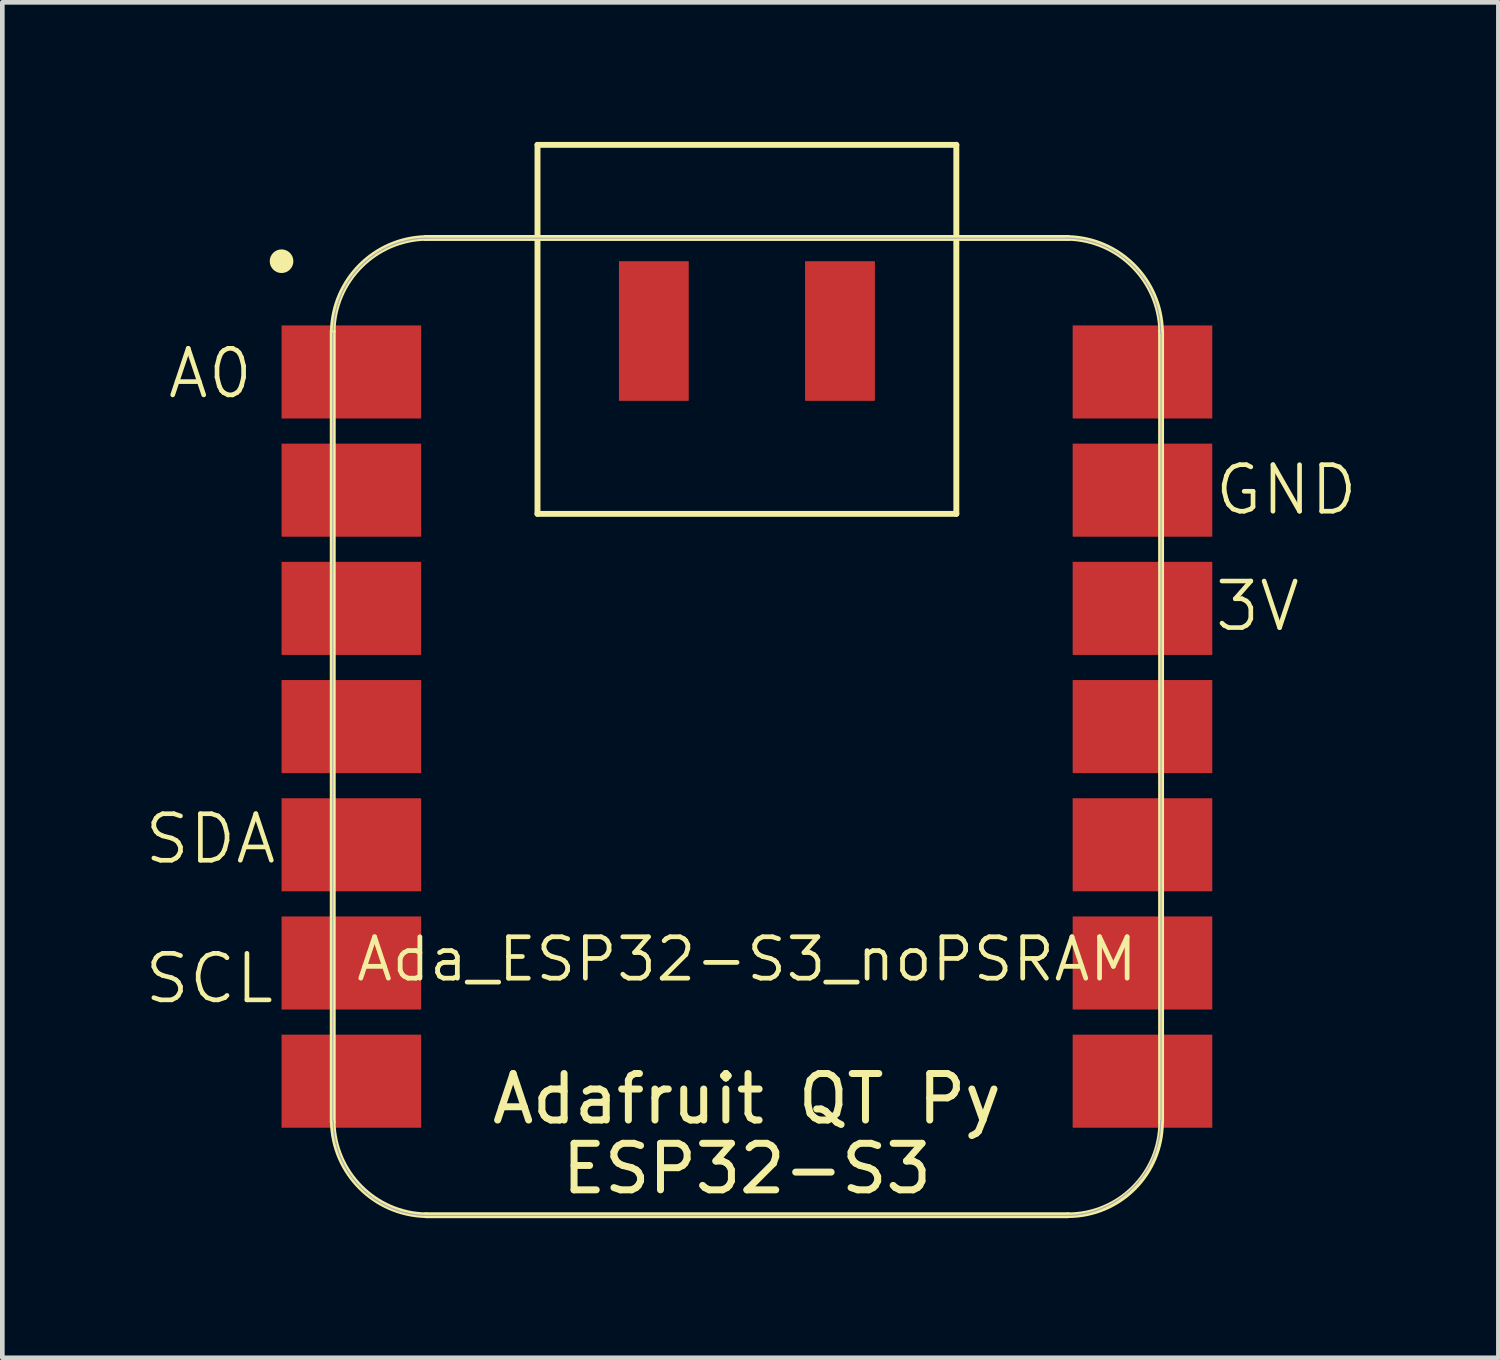
<source format=kicad_pcb>
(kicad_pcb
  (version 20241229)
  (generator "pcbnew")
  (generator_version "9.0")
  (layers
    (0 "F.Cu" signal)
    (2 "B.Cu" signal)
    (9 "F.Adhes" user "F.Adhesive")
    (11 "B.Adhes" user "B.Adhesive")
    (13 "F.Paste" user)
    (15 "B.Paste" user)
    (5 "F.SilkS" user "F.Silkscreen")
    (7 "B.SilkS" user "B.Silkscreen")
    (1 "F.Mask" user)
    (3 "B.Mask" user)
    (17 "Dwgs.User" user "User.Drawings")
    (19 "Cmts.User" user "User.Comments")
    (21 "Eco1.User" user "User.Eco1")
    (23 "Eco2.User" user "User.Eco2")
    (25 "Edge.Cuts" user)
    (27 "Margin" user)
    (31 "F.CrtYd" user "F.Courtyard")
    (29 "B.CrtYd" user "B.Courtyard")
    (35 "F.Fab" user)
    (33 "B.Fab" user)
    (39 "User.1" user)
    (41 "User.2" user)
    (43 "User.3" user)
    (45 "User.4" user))
  (footprint "Ada_ESP32-S3_noPSRAM"
    (layer "F.Cu")
    (at 13 12.563)
    (property "Reference" "Ada_ESP32-S3_noPSRAM" (at 0 5 0) (layer "F.SilkS") (effects (font (size 0.889 0.889) (thickness 0.102))))
    (attr smd)
    (fp_line (start -8.9 -8.5) (end -8.9 8.5) (stroke (width 0.127) (type solid)) (layer "F.SilkS"))
    (fp_line (start -6.9 10.5) (end 6.9 10.5) (stroke (width 0.127) (type solid)) (layer "F.SilkS"))
    (fp_line (start -4.5 -12.5) (end 4.5 -12.5) (stroke (width 0.127) (type solid)) (layer "F.SilkS"))
    (fp_line (start -4.5 -4.571) (end -4.5 -12.5) (stroke (width 0.127) (type solid)) (layer "F.SilkS"))
    (fp_line (start 4.5 -12.5) (end 4.5 -4.571) (stroke (width 0.127) (type solid)) (layer "F.SilkS"))
    (fp_line (start 4.5 -4.571) (end -4.5 -4.571) (stroke (width 0.127) (type solid)) (layer "F.SilkS"))
    (fp_line (start 6.9 -10.499) (end -6.9 -10.499) (stroke (width 0.127) (type solid)) (layer "F.SilkS"))
    (fp_line (start 8.9 8.5) (end 8.9 -8.5) (stroke (width 0.127) (type solid)) (layer "F.SilkS"))
    (fp_arc (start -8.9 -8.5) (mid -8.301491 -9.901491) (end -6.9 -10.5) (stroke (width 0.12) (type solid)) (layer "F.SilkS"))
    (fp_arc (start -6.9 10.5) (mid -8.301423 9.901423) (end -8.9 8.5) (stroke (width 0.12) (type solid)) (layer "F.SilkS"))
    (fp_arc (start 6.9 -10.5) (mid 8.301494 -9.901494) (end 8.9 -8.5) (stroke (width 0.12) (type solid)) (layer "F.SilkS"))
    (fp_arc (start 8.9 8.5) (mid 8.314214 9.914214) (end 6.9 10.5) (stroke (width 0.12) (type solid)) (layer "F.SilkS"))
    (fp_circle (center -10 -10) (end -10 -10.254) (stroke (width 0) (type solid)) (fill yes) (layer "F.SilkS"))
    (fp_poly (pts (xy -8.888 -8.562) (xy -8.885 -8.61) (xy -8.881 -8.659)) (stroke (width 0.025) (type solid)) (fill no) (layer "F.SilkS"))
    (fp_poly (pts (xy 8.889 8.522) (xy 8.888 8.571) (xy 8.885 8.62) (xy 8.881 8.669) (xy 8.875 8.717) (xy 8.869 8.766) (xy 8.861 8.815) (xy 8.852 8.863) (xy 8.842 8.911)) (stroke (width 0.025) (type solid)) (fill no) (layer "F.SilkS"))
    (fp_line (start -8.9 -8.463) (end -8.9 8.473) (stroke (width 0.025) (type solid)) (layer "F.Fab"))
    (fp_line (start -8.89 8.473) (end -8.889 8.522) (stroke (width 0.025) (type solid)) (layer "F.Fab"))
    (fp_line (start -8.889 8.522) (end -8.888 8.571) (stroke (width 0.025) (type solid)) (layer "F.Fab"))
    (fp_line (start -8.888 -8.562) (end -8.889 -8.512) (stroke (width 0.025) (type solid)) (layer "F.Fab"))
    (fp_line (start -8.888 8.571) (end -8.885 8.62) (stroke (width 0.025) (type solid)) (layer "F.Fab"))
    (fp_line (start -8.885 -8.61) (end -8.888 -8.562) (stroke (width 0.025) (type solid)) (layer "F.Fab"))
    (fp_line (start -8.885 8.62) (end -8.881 8.669) (stroke (width 0.025) (type solid)) (layer "F.Fab"))
    (fp_line (start -8.881 -8.659) (end -8.885 -8.61) (stroke (width 0.025) (type solid)) (layer "F.Fab"))
    (fp_line (start -8.881 8.669) (end -8.875 8.717) (stroke (width 0.025) (type solid)) (layer "F.Fab"))
    (fp_line (start -8.875 -8.708) (end -8.881 -8.659) (stroke (width 0.025) (type solid)) (layer "F.Fab"))
    (fp_line (start -8.875 8.717) (end -8.869 8.766) (stroke (width 0.025) (type solid)) (layer "F.Fab"))
    (fp_line (start -8.869 -8.757) (end -8.875 -8.708) (stroke (width 0.025) (type solid)) (layer "F.Fab"))
    (fp_line (start -8.869 8.766) (end -8.861 8.815) (stroke (width 0.025) (type solid)) (layer "F.Fab"))
    (fp_line (start -8.861 -8.806) (end -8.869 -8.757) (stroke (width 0.025) (type solid)) (layer "F.Fab"))
    (fp_line (start -8.861 8.815) (end -8.852 8.863) (stroke (width 0.025) (type solid)) (layer "F.Fab"))
    (fp_line (start -8.852 -8.854) (end -8.861 -8.806) (stroke (width 0.025) (type solid)) (layer "F.Fab"))
    (fp_line (start -8.852 8.863) (end -8.842 8.911) (stroke (width 0.025) (type solid)) (layer "F.Fab"))
    (fp_line (start -8.842 -8.902) (end -8.852 -8.854) (stroke (width 0.025) (type solid)) (layer "F.Fab"))
    (fp_line (start -8.842 8.911) (end -8.831 8.959) (stroke (width 0.025) (type solid)) (layer "F.Fab"))
    (fp_line (start -8.831 -8.95) (end -8.842 -8.902) (stroke (width 0.025) (type solid)) (layer "F.Fab"))
    (fp_line (start -8.831 8.959) (end -8.819 9.006) (stroke (width 0.025) (type solid)) (layer "F.Fab"))
    (fp_line (start -8.819 -8.997) (end -8.831 -8.95) (stroke (width 0.025) (type solid)) (layer "F.Fab"))
    (fp_line (start -8.819 9.006) (end -8.805 9.054) (stroke (width 0.025) (type solid)) (layer "F.Fab"))
    (fp_line (start -8.805 -9.045) (end -8.819 -8.997) (stroke (width 0.025) (type solid)) (layer "F.Fab"))
    (fp_line (start -8.805 9.054) (end -8.79 9.1) (stroke (width 0.025) (type solid)) (layer "F.Fab"))
    (fp_line (start -8.79 -9.091) (end -8.805 -9.045) (stroke (width 0.025) (type solid)) (layer "F.Fab"))
    (fp_line (start -8.79 9.1) (end -8.775 9.147) (stroke (width 0.025) (type solid)) (layer "F.Fab"))
    (fp_line (start -8.775 -9.138) (end -8.79 -9.091) (stroke (width 0.025) (type solid)) (layer "F.Fab"))
    (fp_line (start -8.775 9.147) (end -8.758 9.193) (stroke (width 0.025) (type solid)) (layer "F.Fab"))
    (fp_line (start -8.758 -9.184) (end -8.775 -9.138) (stroke (width 0.025) (type solid)) (layer "F.Fab"))
    (fp_line (start -8.758 9.193) (end -8.74 9.239) (stroke (width 0.025) (type solid)) (layer "F.Fab"))
    (fp_line (start -8.74 -9.23) (end -8.758 -9.184) (stroke (width 0.025) (type solid)) (layer "F.Fab"))
    (fp_line (start -8.74 9.239) (end -8.721 9.284) (stroke (width 0.025) (type solid)) (layer "F.Fab"))
    (fp_line (start -8.721 -9.275) (end -8.74 -9.23) (stroke (width 0.025) (type solid)) (layer "F.Fab"))
    (fp_line (start -8.721 9.284) (end -8.701 9.329) (stroke (width 0.025) (type solid)) (layer "F.Fab"))
    (fp_line (start -8.701 -9.32) (end -8.721 -9.275) (stroke (width 0.025) (type solid)) (layer "F.Fab"))
    (fp_line (start -8.701 9.329) (end -8.679 9.373) (stroke (width 0.025) (type solid)) (layer "F.Fab"))
    (fp_line (start -8.679 -9.364) (end -8.701 -9.32) (stroke (width 0.025) (type solid)) (layer "F.Fab"))
    (fp_line (start -8.679 9.373) (end -8.657 9.417) (stroke (width 0.025) (type solid)) (layer "F.Fab"))
    (fp_line (start -8.657 -9.408) (end -8.679 -9.364) (stroke (width 0.025) (type solid)) (layer "F.Fab"))
    (fp_line (start -8.657 9.417) (end -8.634 9.46) (stroke (width 0.025) (type solid)) (layer "F.Fab"))
    (fp_line (start -8.634 -9.451) (end -8.657 -9.408) (stroke (width 0.025) (type solid)) (layer "F.Fab"))
    (fp_line (start -8.634 9.46) (end -8.61 9.503) (stroke (width 0.025) (type solid)) (layer "F.Fab"))
    (fp_line (start -8.61 -9.494) (end -8.634 -9.451) (stroke (width 0.025) (type solid)) (layer "F.Fab"))
    (fp_line (start -8.61 9.503) (end -8.584 9.545) (stroke (width 0.025) (type solid)) (layer "F.Fab"))
    (fp_line (start -8.584 -9.536) (end -8.61 -9.494) (stroke (width 0.025) (type solid)) (layer "F.Fab"))
    (fp_line (start -8.584 9.545) (end -8.558 9.586) (stroke (width 0.025) (type solid)) (layer "F.Fab"))
    (fp_line (start -8.558 -9.577) (end -8.584 -9.536) (stroke (width 0.025) (type solid)) (layer "F.Fab"))
    (fp_line (start -8.558 9.586) (end -8.53 9.627) (stroke (width 0.025) (type solid)) (layer "F.Fab"))
    (fp_line (start -8.53 -9.618) (end -8.558 -9.577) (stroke (width 0.025) (type solid)) (layer "F.Fab"))
    (fp_line (start -8.53 9.627) (end -8.502 9.667) (stroke (width 0.025) (type solid)) (layer "F.Fab"))
    (fp_line (start -8.502 -9.658) (end -8.53 -9.618) (stroke (width 0.025) (type solid)) (layer "F.Fab"))
    (fp_line (start -8.502 9.667) (end -8.473 9.706) (stroke (width 0.025) (type solid)) (layer "F.Fab"))
    (fp_line (start -8.473 -9.697) (end -8.502 -9.658) (stroke (width 0.025) (type solid)) (layer "F.Fab"))
    (fp_line (start -8.473 9.706) (end -8.442 9.745) (stroke (width 0.025) (type solid)) (layer "F.Fab"))
    (fp_line (start -8.442 -9.736) (end -8.473 -9.697) (stroke (width 0.025) (type solid)) (layer "F.Fab"))
    (fp_line (start -8.442 9.745) (end -8.411 9.783) (stroke (width 0.025) (type solid)) (layer "F.Fab"))
    (fp_line (start -8.411 -9.774) (end -8.442 -9.736) (stroke (width 0.025) (type solid)) (layer "F.Fab"))
    (fp_line (start -8.411 9.783) (end -8.379 9.82) (stroke (width 0.025) (type solid)) (layer "F.Fab"))
    (fp_line (start -8.379 -9.811) (end -8.411 -9.774) (stroke (width 0.025) (type solid)) (layer "F.Fab"))
    (fp_line (start -8.379 9.82) (end -8.346 9.856) (stroke (width 0.025) (type solid)) (layer "F.Fab"))
    (fp_line (start -8.346 -9.847) (end -8.379 -9.811) (stroke (width 0.025) (type solid)) (layer "F.Fab"))
    (fp_line (start -8.346 9.856) (end -8.312 9.892) (stroke (width 0.025) (type solid)) (layer "F.Fab"))
    (fp_line (start -8.312 -9.883) (end -8.346 -9.847) (stroke (width 0.025) (type solid)) (layer "F.Fab"))
    (fp_line (start -8.312 9.892) (end -8.277 9.927) (stroke (width 0.025) (type solid)) (layer "F.Fab"))
    (fp_line (start -8.277 -9.918) (end -8.312 -9.883) (stroke (width 0.025) (type solid)) (layer "F.Fab"))
    (fp_line (start -8.277 9.927) (end -8.242 9.96) (stroke (width 0.025) (type solid)) (layer "F.Fab"))
    (fp_line (start -8.242 -9.951) (end -8.277 -9.918) (stroke (width 0.025) (type solid)) (layer "F.Fab"))
    (fp_line (start -8.242 9.96) (end -8.205 9.994) (stroke (width 0.025) (type solid)) (layer "F.Fab"))
    (fp_line (start -8.205 -9.984) (end -8.242 -9.951) (stroke (width 0.025) (type solid)) (layer "F.Fab"))
    (fp_line (start -8.205 9.994) (end -8.168 10.026) (stroke (width 0.025) (type solid)) (layer "F.Fab"))
    (fp_line (start -8.168 -10.017) (end -8.205 -9.984) (stroke (width 0.025) (type solid)) (layer "F.Fab"))
    (fp_line (start -8.168 10.026) (end -8.13 10.057) (stroke (width 0.025) (type solid)) (layer "F.Fab"))
    (fp_line (start -8.13 -10.048) (end -8.168 -10.017) (stroke (width 0.025) (type solid)) (layer "F.Fab"))
    (fp_line (start -8.13 10.057) (end -8.092 10.087) (stroke (width 0.025) (type solid)) (layer "F.Fab"))
    (fp_line (start -8.092 -10.078) (end -8.13 -10.048) (stroke (width 0.025) (type solid)) (layer "F.Fab"))
    (fp_line (start -8.092 10.087) (end -8.052 10.116) (stroke (width 0.025) (type solid)) (layer "F.Fab"))
    (fp_line (start -8.052 -10.107) (end -8.092 -10.078) (stroke (width 0.025) (type solid)) (layer "F.Fab"))
    (fp_line (start -8.052 10.116) (end -8.012 10.145) (stroke (width 0.025) (type solid)) (layer "F.Fab"))
    (fp_line (start -8.012 -10.136) (end -8.052 -10.107) (stroke (width 0.025) (type solid)) (layer "F.Fab"))
    (fp_line (start -8.012 10.145) (end -7.972 10.172) (stroke (width 0.025) (type solid)) (layer "F.Fab"))
    (fp_line (start -7.972 -10.163) (end -8.012 -10.136) (stroke (width 0.025) (type solid)) (layer "F.Fab"))
    (fp_line (start -7.972 10.172) (end -7.93 10.199) (stroke (width 0.025) (type solid)) (layer "F.Fab"))
    (fp_line (start -7.93 -10.19) (end -7.972 -10.163) (stroke (width 0.025) (type solid)) (layer "F.Fab"))
    (fp_line (start -7.93 10.199) (end -7.888 10.224) (stroke (width 0.025) (type solid)) (layer "F.Fab"))
    (fp_line (start -7.888 -10.215) (end -7.93 -10.19) (stroke (width 0.025) (type solid)) (layer "F.Fab"))
    (fp_line (start -7.888 10.224) (end -7.846 10.249) (stroke (width 0.025) (type solid)) (layer "F.Fab"))
    (fp_line (start -7.846 -10.239) (end -7.888 -10.215) (stroke (width 0.025) (type solid)) (layer "F.Fab"))
    (fp_line (start -7.846 10.249) (end -7.802 10.272) (stroke (width 0.025) (type solid)) (layer "F.Fab"))
    (fp_line (start -7.802 -10.263) (end -7.846 -10.239) (stroke (width 0.025) (type solid)) (layer "F.Fab"))
    (fp_line (start -7.802 10.272) (end -7.759 10.294) (stroke (width 0.025) (type solid)) (layer "F.Fab"))
    (fp_line (start -7.759 -10.285) (end -7.802 -10.263) (stroke (width 0.025) (type solid)) (layer "F.Fab"))
    (fp_line (start -7.759 10.294) (end -7.714 10.315) (stroke (width 0.025) (type solid)) (layer "F.Fab"))
    (fp_line (start -7.714 -10.306) (end -7.759 -10.285) (stroke (width 0.025) (type solid)) (layer "F.Fab"))
    (fp_line (start -7.714 10.315) (end -7.67 10.335) (stroke (width 0.025) (type solid)) (layer "F.Fab"))
    (fp_line (start -7.67 -10.326) (end -7.714 -10.306) (stroke (width 0.025) (type solid)) (layer "F.Fab"))
    (fp_line (start -7.67 10.335) (end -7.624 10.354) (stroke (width 0.025) (type solid)) (layer "F.Fab"))
    (fp_line (start -7.624 -10.345) (end -7.67 -10.326) (stroke (width 0.025) (type solid)) (layer "F.Fab"))
    (fp_line (start -7.624 10.354) (end -7.579 10.372) (stroke (width 0.025) (type solid)) (layer "F.Fab"))
    (fp_line (start -7.579 -10.363) (end -7.624 -10.345) (stroke (width 0.025) (type solid)) (layer "F.Fab"))
    (fp_line (start -7.579 10.372) (end -7.532 10.389) (stroke (width 0.025) (type solid)) (layer "F.Fab"))
    (fp_line (start -7.532 -10.38) (end -7.579 -10.363) (stroke (width 0.025) (type solid)) (layer "F.Fab"))
    (fp_line (start -7.532 10.389) (end -7.486 10.405) (stroke (width 0.025) (type solid)) (layer "F.Fab"))
    (fp_line (start -7.486 -10.396) (end -7.532 -10.38) (stroke (width 0.025) (type solid)) (layer "F.Fab"))
    (fp_line (start -7.486 10.405) (end -7.439 10.42) (stroke (width 0.025) (type solid)) (layer "F.Fab"))
    (fp_line (start -7.439 -10.411) (end -7.486 -10.396) (stroke (width 0.025) (type solid)) (layer "F.Fab"))
    (fp_line (start -7.439 10.42) (end -7.392 10.433) (stroke (width 0.025) (type solid)) (layer "F.Fab"))
    (fp_line (start -7.392 -10.424) (end -7.439 -10.411) (stroke (width 0.025) (type solid)) (layer "F.Fab"))
    (fp_line (start -7.392 10.433) (end -7.344 10.446) (stroke (width 0.025) (type solid)) (layer "F.Fab"))
    (fp_line (start -7.344 -10.436) (end -7.392 -10.424) (stroke (width 0.025) (type solid)) (layer "F.Fab"))
    (fp_line (start -7.344 10.446) (end -7.296 10.457) (stroke (width 0.025) (type solid)) (layer "F.Fab"))
    (fp_line (start -7.296 -10.448) (end -7.344 -10.436) (stroke (width 0.025) (type solid)) (layer "F.Fab"))
    (fp_line (start -7.296 10.457) (end -7.248 10.467) (stroke (width 0.025) (type solid)) (layer "F.Fab"))
    (fp_line (start -7.248 -10.458) (end -7.296 -10.448) (stroke (width 0.025) (type solid)) (layer "F.Fab"))
    (fp_line (start -7.248 10.467) (end -7.2 10.476) (stroke (width 0.025) (type solid)) (layer "F.Fab"))
    (fp_line (start -7.2 -10.466) (end -7.248 -10.458) (stroke (width 0.025) (type solid)) (layer "F.Fab"))
    (fp_line (start -7.2 10.476) (end -7.152 10.483) (stroke (width 0.025) (type solid)) (layer "F.Fab"))
    (fp_line (start -7.152 -10.474) (end -7.2 -10.466) (stroke (width 0.025) (type solid)) (layer "F.Fab"))
    (fp_line (start -7.152 10.483) (end -7.103 10.49) (stroke (width 0.025) (type solid)) (layer "F.Fab"))
    (fp_line (start -7.103 -10.481) (end -7.152 -10.474) (stroke (width 0.025) (type solid)) (layer "F.Fab"))
    (fp_line (start -7.103 10.49) (end -7.054 10.495) (stroke (width 0.025) (type solid)) (layer "F.Fab"))
    (fp_line (start -7.054 -10.486) (end -7.103 -10.481) (stroke (width 0.025) (type solid)) (layer "F.Fab"))
    (fp_line (start -7.054 10.495) (end -7.005 10.499) (stroke (width 0.025) (type solid)) (layer "F.Fab"))
    (fp_line (start -7.005 -10.49) (end -7.054 -10.486) (stroke (width 0.025) (type solid)) (layer "F.Fab"))
    (fp_line (start -7.005 10.499) (end -6.956 10.502) (stroke (width 0.025) (type solid)) (layer "F.Fab"))
    (fp_line (start -6.956 -10.493) (end -7.005 -10.49) (stroke (width 0.025) (type solid)) (layer "F.Fab"))
    (fp_line (start -6.956 10.502) (end -6.907 10.504) (stroke (width 0.025) (type solid)) (layer "F.Fab"))
    (fp_line (start -6.907 -10.495) (end -6.956 -10.493) (stroke (width 0.025) (type solid)) (layer "F.Fab"))
    (fp_line (start -6.907 10.504) (end -6.858 10.505) (stroke (width 0.025) (type solid)) (layer "F.Fab"))
    (fp_line (start -6.858 -10.495) (end -6.907 -10.495) (stroke (width 0.025) (type solid)) (layer "F.Fab"))
    (fp_line (start -6.858 10.505) (end 6.858 10.505) (stroke (width 0.025) (type solid)) (layer "F.Fab"))
    (fp_line (start 6.858 -10.495) (end -6.858 -10.495) (stroke (width 0.025) (type solid)) (layer "F.Fab"))
    (fp_line (start 6.858 10.505) (end 6.907 10.504) (stroke (width 0.025) (type solid)) (layer "F.Fab"))
    (fp_line (start 6.907 -10.495) (end 6.858 -10.495) (stroke (width 0.025) (type solid)) (layer "F.Fab"))
    (fp_line (start 6.907 10.504) (end 6.956 10.502) (stroke (width 0.025) (type solid)) (layer "F.Fab"))
    (fp_line (start 6.956 -10.493) (end 6.907 -10.495) (stroke (width 0.025) (type solid)) (layer "F.Fab"))
    (fp_line (start 6.956 10.502) (end 7.005 10.499) (stroke (width 0.025) (type solid)) (layer "F.Fab"))
    (fp_line (start 7.005 -10.49) (end 6.956 -10.493) (stroke (width 0.025) (type solid)) (layer "F.Fab"))
    (fp_line (start 7.005 10.499) (end 7.054 10.495) (stroke (width 0.025) (type solid)) (layer "F.Fab"))
    (fp_line (start 7.054 -10.486) (end 7.005 -10.49) (stroke (width 0.025) (type solid)) (layer "F.Fab"))
    (fp_line (start 7.054 10.495) (end 7.103 10.49) (stroke (width 0.025) (type solid)) (layer "F.Fab"))
    (fp_line (start 7.103 -10.481) (end 7.054 -10.486) (stroke (width 0.025) (type solid)) (layer "F.Fab"))
    (fp_line (start 7.103 10.49) (end 7.152 10.483) (stroke (width 0.025) (type solid)) (layer "F.Fab"))
    (fp_line (start 7.152 -10.474) (end 7.103 -10.481) (stroke (width 0.025) (type solid)) (layer "F.Fab"))
    (fp_line (start 7.152 10.483) (end 7.2 10.476) (stroke (width 0.025) (type solid)) (layer "F.Fab"))
    (fp_line (start 7.2 -10.466) (end 7.152 -10.474) (stroke (width 0.025) (type solid)) (layer "F.Fab"))
    (fp_line (start 7.2 10.476) (end 7.248 10.467) (stroke (width 0.025) (type solid)) (layer "F.Fab"))
    (fp_line (start 7.248 -10.458) (end 7.2 -10.466) (stroke (width 0.025) (type solid)) (layer "F.Fab"))
    (fp_line (start 7.248 10.467) (end 7.296 10.457) (stroke (width 0.025) (type solid)) (layer "F.Fab"))
    (fp_line (start 7.296 -10.448) (end 7.248 -10.458) (stroke (width 0.025) (type solid)) (layer "F.Fab"))
    (fp_line (start 7.296 10.457) (end 7.344 10.446) (stroke (width 0.025) (type solid)) (layer "F.Fab"))
    (fp_line (start 7.344 -10.436) (end 7.296 -10.448) (stroke (width 0.025) (type solid)) (layer "F.Fab"))
    (fp_line (start 7.344 10.446) (end 7.392 10.433) (stroke (width 0.025) (type solid)) (layer "F.Fab"))
    (fp_line (start 7.392 -10.424) (end 7.344 -10.436) (stroke (width 0.025) (type solid)) (layer "F.Fab"))
    (fp_line (start 7.392 10.433) (end 7.439 10.42) (stroke (width 0.025) (type solid)) (layer "F.Fab"))
    (fp_line (start 7.439 -10.411) (end 7.392 -10.424) (stroke (width 0.025) (type solid)) (layer "F.Fab"))
    (fp_line (start 7.439 10.42) (end 7.486 10.405) (stroke (width 0.025) (type solid)) (layer "F.Fab"))
    (fp_line (start 7.486 -10.396) (end 7.439 -10.411) (stroke (width 0.025) (type solid)) (layer "F.Fab"))
    (fp_line (start 7.486 10.405) (end 7.532 10.389) (stroke (width 0.025) (type solid)) (layer "F.Fab"))
    (fp_line (start 7.532 -10.38) (end 7.486 -10.396) (stroke (width 0.025) (type solid)) (layer "F.Fab"))
    (fp_line (start 7.532 10.389) (end 7.579 10.372) (stroke (width 0.025) (type solid)) (layer "F.Fab"))
    (fp_line (start 7.579 -10.363) (end 7.532 -10.38) (stroke (width 0.025) (type solid)) (layer "F.Fab"))
    (fp_line (start 7.579 10.372) (end 7.624 10.354) (stroke (width 0.025) (type solid)) (layer "F.Fab"))
    (fp_line (start 7.624 -10.345) (end 7.579 -10.363) (stroke (width 0.025) (type solid)) (layer "F.Fab"))
    (fp_line (start 7.624 10.354) (end 7.67 10.335) (stroke (width 0.025) (type solid)) (layer "F.Fab"))
    (fp_line (start 7.67 -10.326) (end 7.624 -10.345) (stroke (width 0.025) (type solid)) (layer "F.Fab"))
    (fp_line (start 7.67 10.335) (end 7.714 10.315) (stroke (width 0.025) (type solid)) (layer "F.Fab"))
    (fp_line (start 7.714 -10.306) (end 7.67 -10.326) (stroke (width 0.025) (type solid)) (layer "F.Fab"))
    (fp_line (start 7.714 10.315) (end 7.759 10.294) (stroke (width 0.025) (type solid)) (layer "F.Fab"))
    (fp_line (start 7.759 -10.285) (end 7.714 -10.306) (stroke (width 0.025) (type solid)) (layer "F.Fab"))
    (fp_line (start 7.759 10.294) (end 7.802 10.272) (stroke (width 0.025) (type solid)) (layer "F.Fab"))
    (fp_line (start 7.802 -10.263) (end 7.759 -10.285) (stroke (width 0.025) (type solid)) (layer "F.Fab"))
    (fp_line (start 7.802 10.272) (end 7.846 10.249) (stroke (width 0.025) (type solid)) (layer "F.Fab"))
    (fp_line (start 7.846 -10.239) (end 7.802 -10.263) (stroke (width 0.025) (type solid)) (layer "F.Fab"))
    (fp_line (start 7.846 10.249) (end 7.888 10.224) (stroke (width 0.025) (type solid)) (layer "F.Fab"))
    (fp_line (start 7.888 -10.215) (end 7.846 -10.239) (stroke (width 0.025) (type solid)) (layer "F.Fab"))
    (fp_line (start 7.888 10.224) (end 7.93 10.199) (stroke (width 0.025) (type solid)) (layer "F.Fab"))
    (fp_line (start 7.93 -10.19) (end 7.888 -10.215) (stroke (width 0.025) (type solid)) (layer "F.Fab"))
    (fp_line (start 7.93 10.199) (end 7.972 10.172) (stroke (width 0.025) (type solid)) (layer "F.Fab"))
    (fp_line (start 7.972 -10.163) (end 7.93 -10.19) (stroke (width 0.025) (type solid)) (layer "F.Fab"))
    (fp_line (start 7.972 10.172) (end 8.012 10.145) (stroke (width 0.025) (type solid)) (layer "F.Fab"))
    (fp_line (start 8.012 -10.136) (end 7.972 -10.163) (stroke (width 0.025) (type solid)) (layer "F.Fab"))
    (fp_line (start 8.012 10.145) (end 8.052 10.116) (stroke (width 0.025) (type solid)) (layer "F.Fab"))
    (fp_line (start 8.052 -10.107) (end 8.012 -10.136) (stroke (width 0.025) (type solid)) (layer "F.Fab"))
    (fp_line (start 8.052 10.116) (end 8.092 10.087) (stroke (width 0.025) (type solid)) (layer "F.Fab"))
    (fp_line (start 8.092 -10.078) (end 8.052 -10.107) (stroke (width 0.025) (type solid)) (layer "F.Fab"))
    (fp_line (start 8.092 10.087) (end 8.13 10.057) (stroke (width 0.025) (type solid)) (layer "F.Fab"))
    (fp_line (start 8.13 -10.048) (end 8.092 -10.078) (stroke (width 0.025) (type solid)) (layer "F.Fab"))
    (fp_line (start 8.13 10.057) (end 8.168 10.026) (stroke (width 0.025) (type solid)) (layer "F.Fab"))
    (fp_line (start 8.168 -10.017) (end 8.13 -10.048) (stroke (width 0.025) (type solid)) (layer "F.Fab"))
    (fp_line (start 8.168 10.026) (end 8.205 9.994) (stroke (width 0.025) (type solid)) (layer "F.Fab"))
    (fp_line (start 8.205 -9.984) (end 8.168 -10.017) (stroke (width 0.025) (type solid)) (layer "F.Fab"))
    (fp_line (start 8.205 9.994) (end 8.242 9.96) (stroke (width 0.025) (type solid)) (layer "F.Fab"))
    (fp_line (start 8.242 -9.951) (end 8.205 -9.984) (stroke (width 0.025) (type solid)) (layer "F.Fab"))
    (fp_line (start 8.242 9.96) (end 8.277 9.927) (stroke (width 0.025) (type solid)) (layer "F.Fab"))
    (fp_line (start 8.277 -9.918) (end 8.242 -9.951) (stroke (width 0.025) (type solid)) (layer "F.Fab"))
    (fp_line (start 8.277 9.927) (end 8.312 9.892) (stroke (width 0.025) (type solid)) (layer "F.Fab"))
    (fp_line (start 8.312 -9.883) (end 8.277 -9.918) (stroke (width 0.025) (type solid)) (layer "F.Fab"))
    (fp_line (start 8.312 9.892) (end 8.346 9.856) (stroke (width 0.025) (type solid)) (layer "F.Fab"))
    (fp_line (start 8.346 -9.847) (end 8.312 -9.883) (stroke (width 0.025) (type solid)) (layer "F.Fab"))
    (fp_line (start 8.346 9.856) (end 8.379 9.82) (stroke (width 0.025) (type solid)) (layer "F.Fab"))
    (fp_line (start 8.379 -9.811) (end 8.346 -9.847) (stroke (width 0.025) (type solid)) (layer "F.Fab"))
    (fp_line (start 8.379 9.82) (end 8.411 9.783) (stroke (width 0.025) (type solid)) (layer "F.Fab"))
    (fp_line (start 8.411 -9.774) (end 8.379 -9.811) (stroke (width 0.025) (type solid)) (layer "F.Fab"))
    (fp_line (start 8.411 9.783) (end 8.442 9.745) (stroke (width 0.025) (type solid)) (layer "F.Fab"))
    (fp_line (start 8.442 -9.736) (end 8.411 -9.774) (stroke (width 0.025) (type solid)) (layer "F.Fab"))
    (fp_line (start 8.442 9.745) (end 8.473 9.706) (stroke (width 0.025) (type solid)) (layer "F.Fab"))
    (fp_line (start 8.473 -9.697) (end 8.442 -9.736) (stroke (width 0.025) (type solid)) (layer "F.Fab"))
    (fp_line (start 8.473 9.706) (end 8.502 9.667) (stroke (width 0.025) (type solid)) (layer "F.Fab"))
    (fp_line (start 8.502 -9.658) (end 8.473 -9.697) (stroke (width 0.025) (type solid)) (layer "F.Fab"))
    (fp_line (start 8.502 9.667) (end 8.53 9.627) (stroke (width 0.025) (type solid)) (layer "F.Fab"))
    (fp_line (start 8.53 -9.618) (end 8.502 -9.658) (stroke (width 0.025) (type solid)) (layer "F.Fab"))
    (fp_line (start 8.53 9.627) (end 8.558 9.586) (stroke (width 0.025) (type solid)) (layer "F.Fab"))
    (fp_line (start 8.558 -9.577) (end 8.53 -9.618) (stroke (width 0.025) (type solid)) (layer "F.Fab"))
    (fp_line (start 8.558 9.586) (end 8.584 9.545) (stroke (width 0.025) (type solid)) (layer "F.Fab"))
    (fp_line (start 8.584 -9.536) (end 8.558 -9.577) (stroke (width 0.025) (type solid)) (layer "F.Fab"))
    (fp_line (start 8.584 9.545) (end 8.61 9.503) (stroke (width 0.025) (type solid)) (layer "F.Fab"))
    (fp_line (start 8.61 -9.494) (end 8.584 -9.536) (stroke (width 0.025) (type solid)) (layer "F.Fab"))
    (fp_line (start 8.61 9.503) (end 8.634 9.46) (stroke (width 0.025) (type solid)) (layer "F.Fab"))
    (fp_line (start 8.634 -9.451) (end 8.61 -9.494) (stroke (width 0.025) (type solid)) (layer "F.Fab"))
    (fp_line (start 8.634 9.46) (end 8.657 9.417) (stroke (width 0.025) (type solid)) (layer "F.Fab"))
    (fp_line (start 8.657 -9.408) (end 8.634 -9.451) (stroke (width 0.025) (type solid)) (layer "F.Fab"))
    (fp_line (start 8.657 9.417) (end 8.679 9.373) (stroke (width 0.025) (type solid)) (layer "F.Fab"))
    (fp_line (start 8.679 -9.364) (end 8.657 -9.408) (stroke (width 0.025) (type solid)) (layer "F.Fab"))
    (fp_line (start 8.679 9.373) (end 8.701 9.329) (stroke (width 0.025) (type solid)) (layer "F.Fab"))
    (fp_line (start 8.701 -9.32) (end 8.679 -9.364) (stroke (width 0.025) (type solid)) (layer "F.Fab"))
    (fp_line (start 8.701 9.329) (end 8.721 9.284) (stroke (width 0.025) (type solid)) (layer "F.Fab"))
    (fp_line (start 8.721 -9.275) (end 8.701 -9.32) (stroke (width 0.025) (type solid)) (layer "F.Fab"))
    (fp_line (start 8.721 9.284) (end 8.74 9.239) (stroke (width 0.025) (type solid)) (layer "F.Fab"))
    (fp_line (start 8.74 -9.23) (end 8.721 -9.275) (stroke (width 0.025) (type solid)) (layer "F.Fab"))
    (fp_line (start 8.74 9.239) (end 8.758 9.193) (stroke (width 0.025) (type solid)) (layer "F.Fab"))
    (fp_line (start 8.758 -9.184) (end 8.74 -9.23) (stroke (width 0.025) (type solid)) (layer "F.Fab"))
    (fp_line (start 8.758 9.193) (end 8.775 9.147) (stroke (width 0.025) (type solid)) (layer "F.Fab"))
    (fp_line (start 8.775 -9.138) (end 8.758 -9.184) (stroke (width 0.025) (type solid)) (layer "F.Fab"))
    (fp_line (start 8.775 9.147) (end 8.79 9.1) (stroke (width 0.025) (type solid)) (layer "F.Fab"))
    (fp_line (start 8.79 -9.091) (end 8.775 -9.138) (stroke (width 0.025) (type solid)) (layer "F.Fab"))
    (fp_line (start 8.79 9.1) (end 8.805 9.054) (stroke (width 0.025) (type solid)) (layer "F.Fab"))
    (fp_line (start 8.805 -9.045) (end 8.79 -9.091) (stroke (width 0.025) (type solid)) (layer "F.Fab"))
    (fp_line (start 8.805 9.054) (end 8.819 9.006) (stroke (width 0.025) (type solid)) (layer "F.Fab"))
    (fp_line (start 8.819 -8.997) (end 8.805 -9.045) (stroke (width 0.025) (type solid)) (layer "F.Fab"))
    (fp_line (start 8.819 9.006) (end 8.831 8.959) (stroke (width 0.025) (type solid)) (layer "F.Fab"))
    (fp_line (start 8.831 -8.95) (end 8.819 -8.997) (stroke (width 0.025) (type solid)) (layer "F.Fab"))
    (fp_line (start 8.831 8.959) (end 8.842 8.911) (stroke (width 0.025) (type solid)) (layer "F.Fab"))
    (fp_line (start 8.842 -8.902) (end 8.831 -8.95) (stroke (width 0.025) (type solid)) (layer "F.Fab"))
    (fp_line (start 8.842 8.911) (end 8.852 8.863) (stroke (width 0.025) (type solid)) (layer "F.Fab"))
    (fp_line (start 8.852 -8.854) (end 8.842 -8.902) (stroke (width 0.025) (type solid)) (layer "F.Fab"))
    (fp_line (start 8.852 8.863) (end 8.861 8.815) (stroke (width 0.025) (type solid)) (layer "F.Fab"))
    (fp_line (start 8.861 -8.806) (end 8.852 -8.854) (stroke (width 0.025) (type solid)) (layer "F.Fab"))
    (fp_line (start 8.861 8.815) (end 8.869 8.766) (stroke (width 0.025) (type solid)) (layer "F.Fab"))
    (fp_line (start 8.869 -8.757) (end 8.861 -8.806) (stroke (width 0.025) (type solid)) (layer "F.Fab"))
    (fp_line (start 8.869 8.766) (end 8.875 8.717) (stroke (width 0.025) (type solid)) (layer "F.Fab"))
    (fp_line (start 8.875 -8.708) (end 8.869 -8.757) (stroke (width 0.025) (type solid)) (layer "F.Fab"))
    (fp_line (start 8.875 8.717) (end 8.881 8.669) (stroke (width 0.025) (type solid)) (layer "F.Fab"))
    (fp_line (start 8.881 -8.659) (end 8.875 -8.708) (stroke (width 0.025) (type solid)) (layer "F.Fab"))
    (fp_line (start 8.881 8.669) (end 8.885 8.62) (stroke (width 0.025) (type solid)) (layer "F.Fab"))
    (fp_line (start 8.885 -8.61) (end 8.881 -8.659) (stroke (width 0.025) (type solid)) (layer "F.Fab"))
    (fp_line (start 8.885 8.62) (end 8.888 8.571) (stroke (width 0.025) (type solid)) (layer "F.Fab"))
    (fp_line (start 8.888 -8.562) (end 8.885 -8.61) (stroke (width 0.025) (type solid)) (layer "F.Fab"))
    (fp_line (start 8.888 8.571) (end 8.889 8.522) (stroke (width 0.025) (type solid)) (layer "F.Fab"))
    (fp_line (start 8.889 -8.512) (end 8.888 -8.562) (stroke (width 0.025) (type solid)) (layer "F.Fab"))
    (fp_line (start 8.889 8.522) (end 8.89 8.473) (stroke (width 0.025) (type solid)) (layer "F.Fab"))
    (fp_line (start 8.89 -8.463) (end 8.889 -8.512) (stroke (width 0.025) (type solid)) (layer "F.Fab"))
    (fp_line (start 8.9 8.473) (end 8.9 -8.463) (stroke (width 0.025) (type solid)) (layer "F.Fab"))
    (fp_text user "3V" (at 10 -2 0) (unlocked yes) (layer "F.SilkS") (effects (font (size 1 1) (thickness 0.1)) (justify left bottom)))
    (fp_text user "GND" (at 10 -4.5 0) (unlocked yes) (layer "F.SilkS") (effects (font (size 1 1) (thickness 0.1)) (justify left bottom)))
    (fp_text user "ESP32-S3" (at 0 9.5 0) (unlocked yes) (layer "F.SilkS") (effects (font (size 1 1) (thickness 0.15))))
    (fp_text user "SCL" (at -13 6 0) (unlocked yes) (layer "F.SilkS") (effects (font (size 1 1) (thickness 0.1)) (justify left bottom)))
    (fp_text user "Adafruit QT Py" (at 0 8 0) (unlocked yes) (layer "F.SilkS") (effects (font (size 1 1) (thickness 0.15))))
    (fp_text user "A0" (at -12.5 -7 0) (unlocked yes) (layer "F.SilkS") (effects (font (size 1 1) (thickness 0.1)) (justify left bottom)))
    (fp_text user "SDA" (at -13 3 0) (unlocked yes) (layer "F.SilkS") (effects (font (size 1 1) (thickness 0.1)) (justify left bottom)))
    (pad "1" smd rect (at -8.5 -7.62) (size 3 2) (layers "F.Cu" "F.Mask" "F.Paste"))
    (pad "2" smd rect (at -8.5 -5.08) (size 3 2) (layers "F.Cu" "F.Mask" "F.Paste"))
    (pad "3" smd rect (at -8.5 -2.54) (size 3 2) (layers "F.Cu" "F.Mask" "F.Paste"))
    (pad "4" smd rect (at -8.5 0) (size 3 2) (layers "F.Cu" "F.Mask" "F.Paste"))
    (pad "5" smd rect (at -8.5 2.54) (size 3 2) (layers "F.Cu" "F.Mask" "F.Paste"))
    (pad "6" smd rect (at -8.5 5.08 180) (size 3 2) (layers "F.Cu" "F.Mask" "F.Paste"))
    (pad "7" smd rect (at -8.5 7.62) (size 3 2) (layers "F.Cu" "F.Mask" "F.Paste"))
    (pad "8" smd rect (at 8.5 7.62) (size 3 2) (layers "F.Cu" "F.Mask" "F.Paste"))
    (pad "9" smd rect (at 8.5 5.08) (size 3 2) (layers "F.Cu" "F.Mask" "F.Paste"))
    (pad "10" smd rect (at 8.5 2.54) (size 3 2) (layers "F.Cu" "F.Mask" "F.Paste"))
    (pad "11" smd rect (at 8.5 0) (size 3 2) (layers "F.Cu" "F.Mask" "F.Paste"))
    (pad "12" smd rect (at 8.5 -2.54) (size 3 2) (layers "F.Cu" "F.Mask" "F.Paste"))
    (pad "13" smd rect (at 8.5 -5.08) (size 3 2) (layers "F.Cu" "F.Mask" "F.Paste"))
    (pad "14" smd rect (at 8.5 -7.62) (size 3 2) (layers "F.Cu" "F.Mask" "F.Paste"))
    (pad "21" smd rect (at -2 -8.5 270) (size 3 1.5) (layers "F.Cu" "F.Mask" "F.Paste"))
    (pad "22" smd rect (at 2 -8.5 270) (size 3 1.5) (layers "F.Cu" "F.Mask" "F.Paste")))
  (gr_rect
    (start -3 -3)
    (end 29.148 26.127)
    (stroke (width 0.1) (type default))
    (fill no)
    (layer "Edge.Cuts")))
</source>
